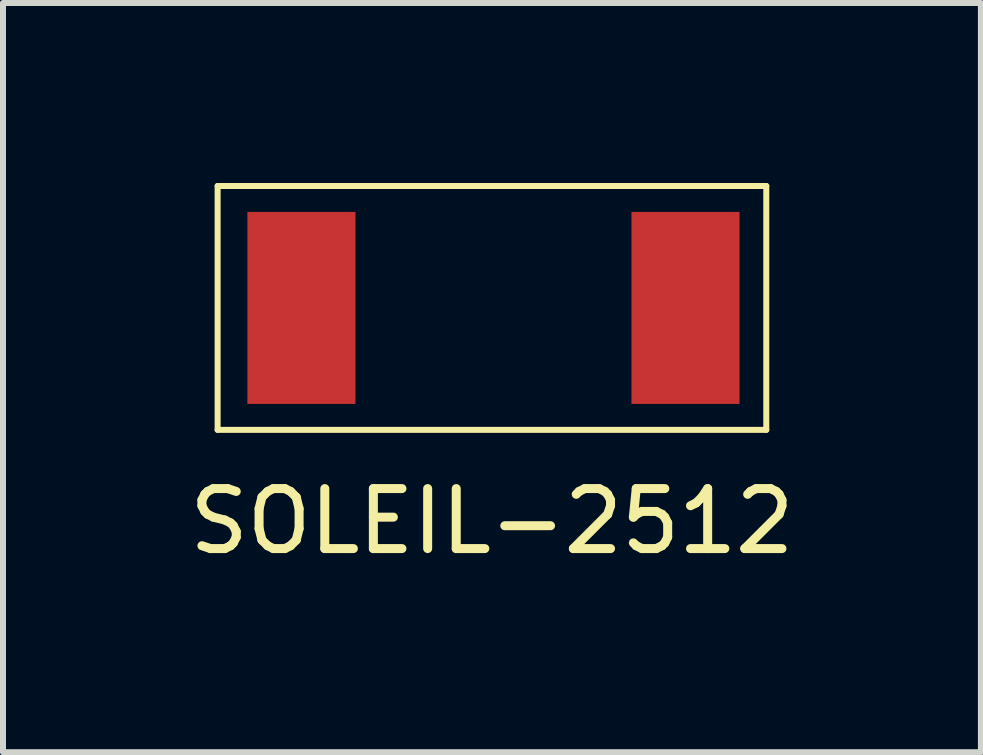
<source format=kicad_pcb>
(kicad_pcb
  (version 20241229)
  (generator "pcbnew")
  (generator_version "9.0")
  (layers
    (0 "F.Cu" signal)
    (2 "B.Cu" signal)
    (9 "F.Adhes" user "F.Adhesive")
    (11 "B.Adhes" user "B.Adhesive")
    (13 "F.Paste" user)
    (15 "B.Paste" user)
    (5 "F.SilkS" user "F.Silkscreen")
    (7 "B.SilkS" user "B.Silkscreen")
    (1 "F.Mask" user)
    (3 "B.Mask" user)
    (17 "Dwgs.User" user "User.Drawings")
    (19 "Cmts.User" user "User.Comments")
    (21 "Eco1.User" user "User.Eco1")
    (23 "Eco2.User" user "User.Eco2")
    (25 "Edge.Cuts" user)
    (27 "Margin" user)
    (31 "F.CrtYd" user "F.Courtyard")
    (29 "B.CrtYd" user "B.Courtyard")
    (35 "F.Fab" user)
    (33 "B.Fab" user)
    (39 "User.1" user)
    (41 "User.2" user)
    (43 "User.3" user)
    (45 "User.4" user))
  (footprint "SOLEIL-2512"
    (layer "F.Cu")
    (at 1.974 2.082)
    (property "Reference" "SOLEIL-2512" (at 3.175 3.556 0) (layer "F.SilkS") (effects (font (size 1 1) (thickness 0.15))))
    (attr through_hole)
    (fp_line (start -1.397 -2.032) (end -1.397 2.032) (stroke (width 0.1) (type solid)) (layer "F.SilkS"))
    (fp_line (start -1.397 -2.032) (end 7.747 -2.032) (stroke (width 0.1) (type solid)) (layer "F.SilkS"))
    (fp_line (start 7.747 -2.032) (end 7.747 2.032) (stroke (width 0.1) (type solid)) (layer "F.SilkS"))
    (fp_line (start 7.747 2.032) (end -1.397 2.032) (stroke (width 0.1) (type solid)) (layer "F.SilkS"))
    (pad "1" smd rect (at 0 0) (size 1.801 3.2) (layers "F.Cu" "F.Mask" "F.Paste"))
    (pad "2" smd rect (at 6.401 0) (size 1.801 3.2) (layers "F.Cu" "F.Mask" "F.Paste")))
  (gr_rect
    (start -3 -3)
    (end 13.298 9.486)
    (stroke (width 0.1) (type default))
    (fill no)
    (layer "Edge.Cuts")))
</source>
